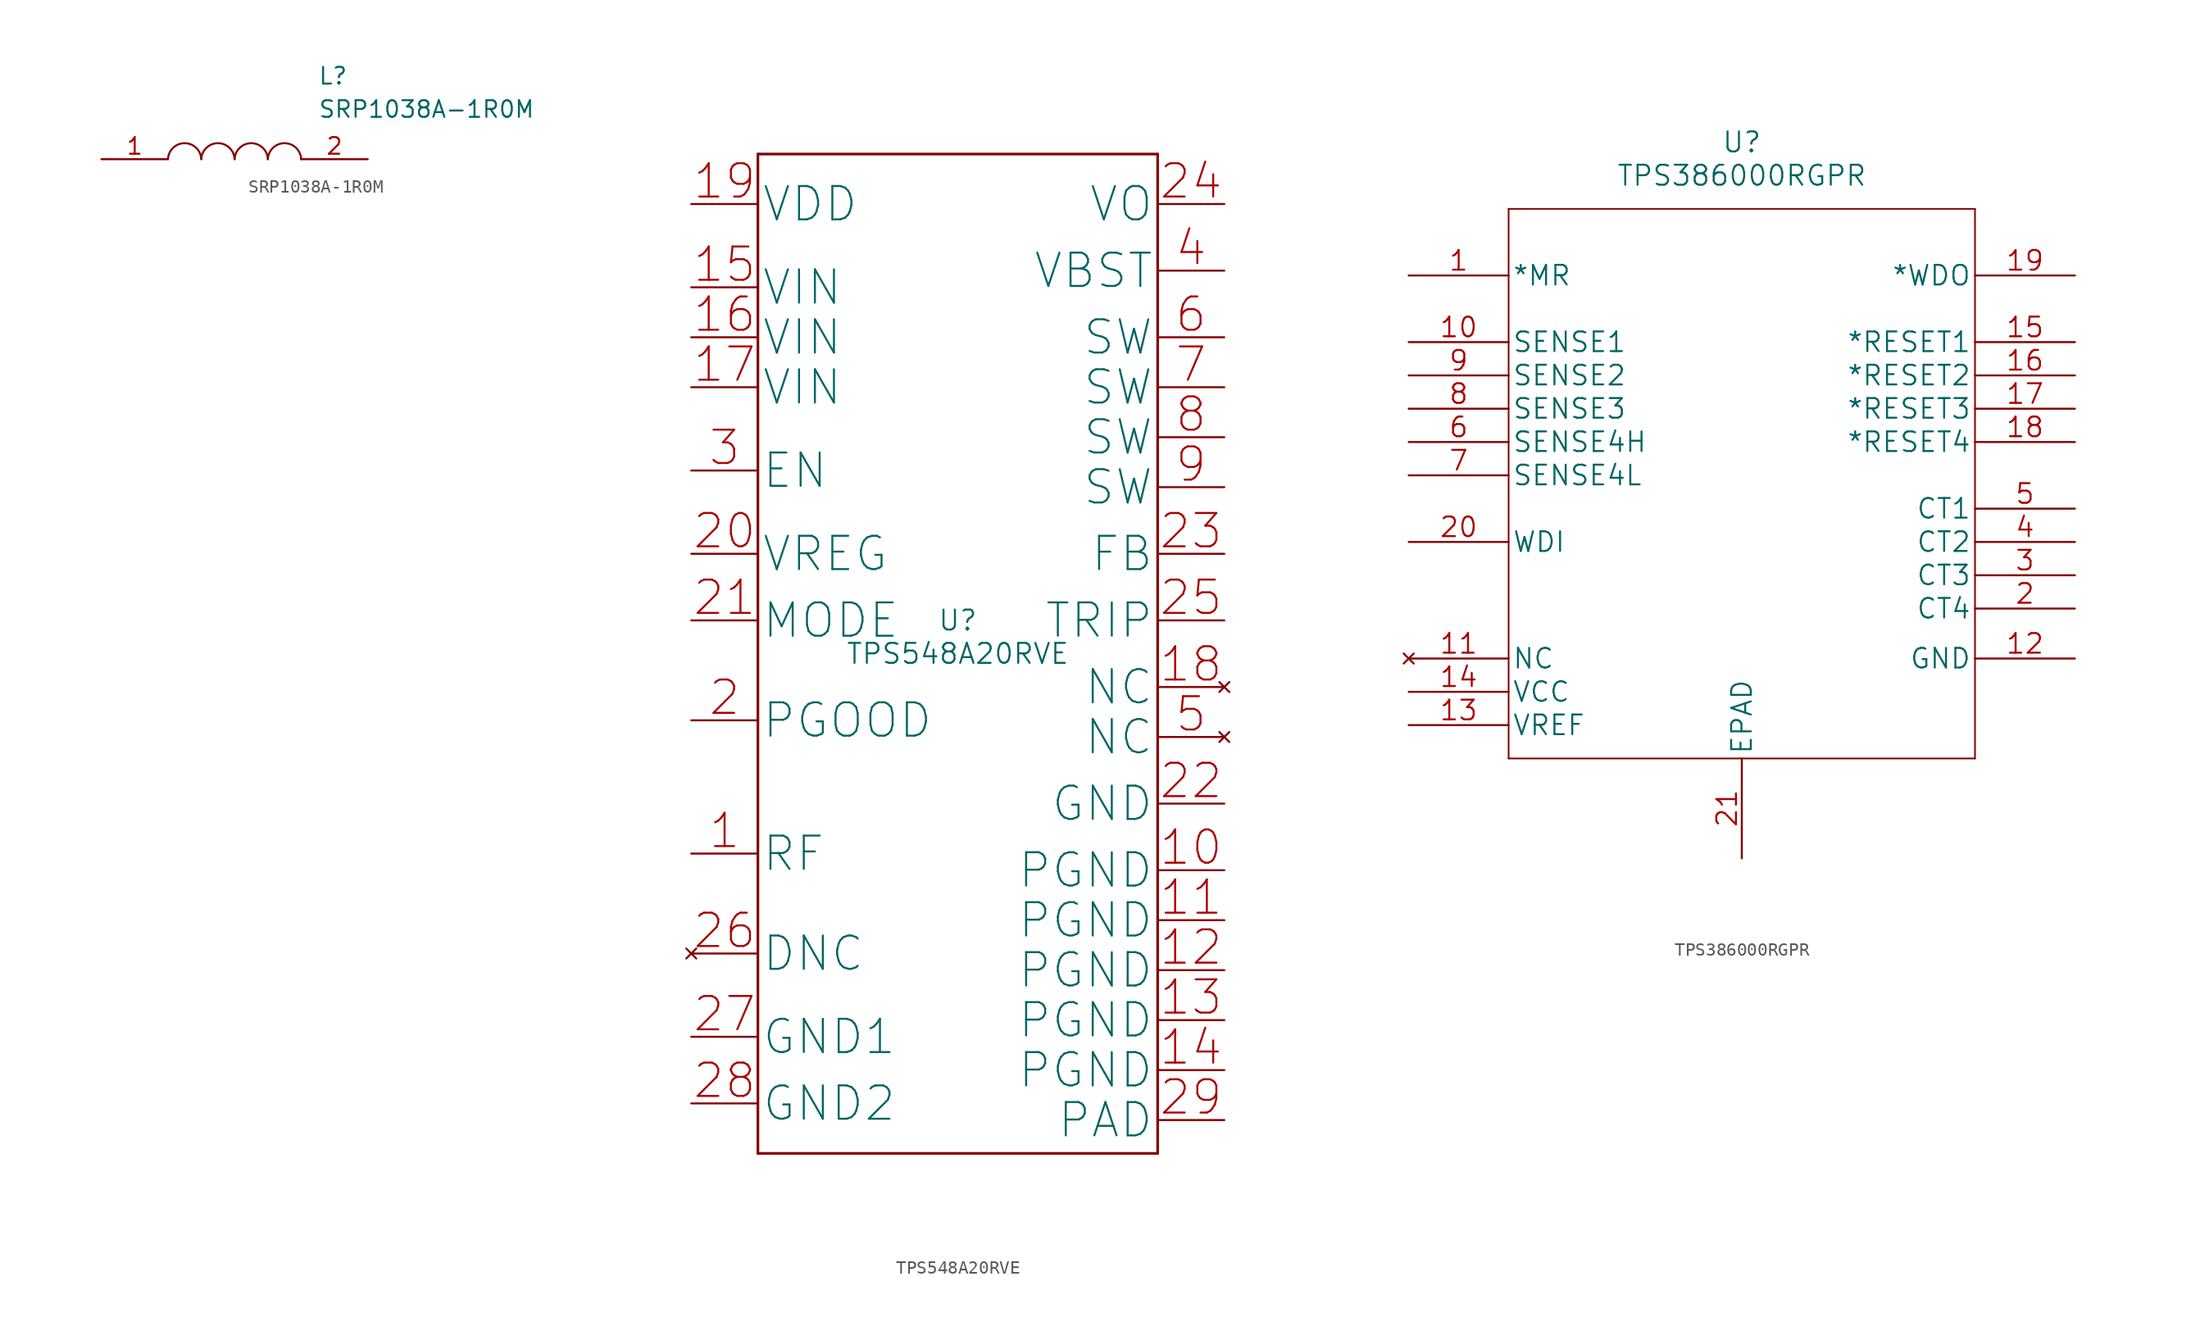
<source format=kicad_sym>
(kicad_symbol_lib
  (version 20200126)
  (host kicad_symbol_editor "5.99.0-unknown-1973153~101~ubuntu20.04.1")
  (symbol "L1Switch:SRP1038A-1R0M"
    (pin_names
      (offset 0.762))
    (property "Reference" "L"
      (at 16.51 6.35 0)
      (effects (font (size 1.27 1.27)) (justify left)))
    (property "Value" "SRP1038A-1R0M"
      (at 16.51 3.81 0)
      (effects (font (size 1.27 1.27)) (justify left)))
    (symbol "SRP1038A-1R0M_0_1"
      (arc (start 7.62 0) (end 5.08 0) (radius (at 6.35 -0.0508) (length 1.27) (angles 177.7 -2.3)) (stroke (width 0.1524)) (fill (type none)))
      (arc (start 10.16 0) (end 7.62 0) (radius (at 8.89 -0.0508) (length 1.27) (angles 177.7 -2.3)) (stroke (width 0.1524)) (fill (type none)))
      (arc (start 12.7 0) (end 10.16 0) (radius (at 11.43 -0.0508) (length 1.27) (angles 177.7 -2.3)) (stroke (width 0.1524)) (fill (type none)))
      (arc (start 15.24 0) (end 12.7 0) (radius (at 13.97 -0.0508) (length 1.27) (angles 177.7 -2.3)) (stroke (width 0.1524)) (fill (type none))))
    (symbol "SRP1038A-1R0M_0_0"
      (pin passive line (at 0 0 0) (length 5.08) (name "~" (effects (font (size 1.27 1.27)))) (number "1" (effects (font (size 1.27 1.27)))))
      (pin passive line (at 20.32 0 180) (length 5.08) (name "~" (effects (font (size 1.27 1.27)))) (number "2" (effects (font (size 1.27 1.27)))))))
  (symbol "L1Switch:TPS548A20RVE"
    (pin_names
      (offset 0.254))
    (property "Reference" "U"
      (at 0 2.54 0)
      (effects (font (size 1.524 1.524))))
    (property "Value" "TPS548A20RVE"
      (at 0 0 0)
      (effects (font (size 1.524 1.524))))
    (property "Datasheet" ""
      (at 0 0 0)
      (effects (font (size 1.524 1.524))))
    (symbol "TPS548A20RVE_0_0"
      (polyline (pts (xy -15.24 -38.1) (xy 15.24 -38.1)) (stroke (width 0.203)) (fill (type none)))
      (polyline (pts (xy -15.24 38.1) (xy -15.24 -38.1)) (stroke (width 0.203)) (fill (type none)))
      (polyline (pts (xy 15.24 -38.1) (xy 15.24 38.1)) (stroke (width 0.203)) (fill (type none)))
      (polyline (pts (xy 15.24 38.1) (xy -15.24 38.1)) (stroke (width 0.203)) (fill (type none))))
    (symbol "TPS548A20RVE_1_0"
      (pin input line (at -20.32 -15.24 0) (length 5.08) (name "RF" (effects (font (size 2.54 2.54)))) (number "1" (effects (font (size 2.54 2.54)))))
      (pin power_in line (at 20.32 -16.51 180) (length 5.08) (name "PGND" (effects (font (size 2.54 2.54)))) (number "10" (effects (font (size 2.54 2.54)))))
      (pin power_in line (at 20.32 -20.32 180) (length 5.08) (name "PGND" (effects (font (size 2.54 2.54)))) (number "11" (effects (font (size 2.54 2.54)))))
      (pin power_in line (at 20.32 -24.13 180) (length 5.08) (name "PGND" (effects (font (size 2.54 2.54)))) (number "12" (effects (font (size 2.54 2.54)))))
      (pin power_in line (at 20.32 -27.94 180) (length 5.08) (name "PGND" (effects (font (size 2.54 2.54)))) (number "13" (effects (font (size 2.54 2.54)))))
      (pin power_in line (at 20.32 -31.75 180) (length 5.08) (name "PGND" (effects (font (size 2.54 2.54)))) (number "14" (effects (font (size 2.54 2.54)))))
      (pin power_in line (at -20.32 27.94 0) (length 5.08) (name "VIN" (effects (font (size 2.54 2.54)))) (number "15" (effects (font (size 2.54 2.54)))))
      (pin power_in line (at -20.32 24.13 0) (length 5.08) (name "VIN" (effects (font (size 2.54 2.54)))) (number "16" (effects (font (size 2.54 2.54)))))
      (pin power_in line (at -20.32 20.32 0) (length 5.08) (name "VIN" (effects (font (size 2.54 2.54)))) (number "17" (effects (font (size 2.54 2.54)))))
      (pin unconnected line (at 20.32 -2.54 180) (length 5.08) (name "NC" (effects (font (size 2.54 2.54)))) (number "18" (effects (font (size 2.54 2.54)))))
      (pin power_in line (at -20.32 34.29 0) (length 5.08) (name "VDD" (effects (font (size 2.54 2.54)))) (number "19" (effects (font (size 2.54 2.54)))))
      (pin output line (at -20.32 -5.08 0) (length 5.08) (name "PGOOD" (effects (font (size 2.54 2.54)))) (number "2" (effects (font (size 2.54 2.54)))))
      (pin output line (at -20.32 7.62 0) (length 5.08) (name "VREG" (effects (font (size 2.54 2.54)))) (number "20" (effects (font (size 2.54 2.54)))))
      (pin input line (at -20.32 2.54 0) (length 5.08) (name "MODE" (effects (font (size 2.54 2.54)))) (number "21" (effects (font (size 2.54 2.54)))))
      (pin power_in line (at 20.32 -11.43 180) (length 5.08) (name "GND" (effects (font (size 2.54 2.54)))) (number "22" (effects (font (size 2.54 2.54)))))
      (pin input line (at 20.32 7.62 180) (length 5.08) (name "FB" (effects (font (size 2.54 2.54)))) (number "23" (effects (font (size 2.54 2.54)))))
      (pin input line (at 20.32 34.29 180) (length 5.08) (name "VO" (effects (font (size 2.54 2.54)))) (number "24" (effects (font (size 2.54 2.54)))))
      (pin bidirectional line (at 20.32 2.54 180) (length 5.08) (name "TRIP" (effects (font (size 2.54 2.54)))) (number "25" (effects (font (size 2.54 2.54)))))
      (pin unconnected line (at -20.32 -22.86 0) (length 5.08) (name "DNC" (effects (font (size 2.54 2.54)))) (number "26" (effects (font (size 2.54 2.54)))))
      (pin power_in line (at -20.32 -29.21 0) (length 5.08) (name "GND1" (effects (font (size 2.54 2.54)))) (number "27" (effects (font (size 2.54 2.54)))))
      (pin power_in line (at -20.32 -34.29 0) (length 5.08) (name "GND2" (effects (font (size 2.54 2.54)))) (number "28" (effects (font (size 2.54 2.54)))))
      (pin power_in line (at 20.32 -35.56 180) (length 5.08) (name "PAD" (effects (font (size 2.54 2.54)))) (number "29" (effects (font (size 2.54 2.54)))))
      (pin input line (at -20.32 13.97 0) (length 5.08) (name "EN" (effects (font (size 2.54 2.54)))) (number "3" (effects (font (size 2.54 2.54)))))
      (pin bidirectional line (at 20.32 29.21 180) (length 5.08) (name "VBST" (effects (font (size 2.54 2.54)))) (number "4" (effects (font (size 2.54 2.54)))))
      (pin unconnected line (at 20.32 -6.35 180) (length 5.08) (name "NC" (effects (font (size 2.54 2.54)))) (number "5" (effects (font (size 2.54 2.54)))))
      (pin bidirectional line (at 20.32 24.13 180) (length 5.08) (name "SW" (effects (font (size 2.54 2.54)))) (number "6" (effects (font (size 2.54 2.54)))))
      (pin bidirectional line (at 20.32 20.32 180) (length 5.08) (name "SW" (effects (font (size 2.54 2.54)))) (number "7" (effects (font (size 2.54 2.54)))))
      (pin bidirectional line (at 20.32 16.51 180) (length 5.08) (name "SW" (effects (font (size 2.54 2.54)))) (number "8" (effects (font (size 2.54 2.54)))))
      (pin bidirectional line (at 20.32 12.7 180) (length 5.08) (name "SW" (effects (font (size 2.54 2.54)))) (number "9" (effects (font (size 2.54 2.54)))))))
  (symbol "L1Switch:TPS386000RGPR"
    (pin_names
      (offset 0.254))
    (property "Reference" "U"
      (at 25.4 10.16 0)
      (effects (font (size 1.524 1.524))))
    (property "Value" "TPS386000RGPR"
      (at 25.4 7.62 0)
      (effects (font (size 1.524 1.524))))
    (property "Datasheet" ""
      (at 0 0 0)
      (effects (font (size 1.524 1.524))))
    (symbol "TPS386000RGPR_1_1"
      (polyline (pts (xy 7.62 5.08) (xy 7.62 -36.83)) (stroke (width 0.127)) (fill (type none)))
      (polyline (pts (xy 7.62 -36.83) (xy 43.18 -36.83)) (stroke (width 0.127)) (fill (type none)))
      (polyline (pts (xy 43.18 -36.83) (xy 43.18 5.08)) (stroke (width 0.127)) (fill (type none)))
      (polyline (pts (xy 43.18 5.08) (xy 7.62 5.08)) (stroke (width 0.127)) (fill (type none)))
      (pin bidirectional line (at 50.8 -25.4 180) (length 7.62) (name "CT4" (effects (font (size 1.499 1.499)))) (number "2" (effects (font (size 1.499 1.499)))))
      (pin bidirectional line (at 50.8 -22.86 180) (length 7.62) (name "CT3" (effects (font (size 1.499 1.499)))) (number "3" (effects (font (size 1.499 1.499)))))
      (pin bidirectional line (at 50.8 -20.32 180) (length 7.62) (name "CT2" (effects (font (size 1.499 1.499)))) (number "4" (effects (font (size 1.499 1.499)))))
      (pin bidirectional line (at 50.8 -17.78 180) (length 7.62) (name "CT1" (effects (font (size 1.499 1.499)))) (number "5" (effects (font (size 1.499 1.499)))))
      (pin input line (at 0 -12.7 0) (length 7.62) (name "SENSE4H" (effects (font (size 1.499 1.499)))) (number "6" (effects (font (size 1.499 1.499)))))
      (pin input line (at 0 -15.24 0) (length 7.62) (name "SENSE4L" (effects (font (size 1.499 1.499)))) (number "7" (effects (font (size 1.499 1.499)))))
      (pin input line (at 0 -10.16 0) (length 7.62) (name "SENSE3" (effects (font (size 1.499 1.499)))) (number "8" (effects (font (size 1.499 1.499)))))
      (pin input line (at 0 -7.62 0) (length 7.62) (name "SENSE2" (effects (font (size 1.499 1.499)))) (number "9" (effects (font (size 1.499 1.499)))))
      (pin output line (at 50.8 -5.08 180) (length 7.62) (name "*RESET1" (effects (font (size 1.499 1.499)))) (number "15" (effects (font (size 1.499 1.499)))))
      (pin output line (at 50.8 -7.62 180) (length 7.62) (name "*RESET2" (effects (font (size 1.499 1.499)))) (number "16" (effects (font (size 1.499 1.499)))))
      (pin output line (at 50.8 -10.16 180) (length 7.62) (name "*RESET3" (effects (font (size 1.499 1.499)))) (number "17" (effects (font (size 1.499 1.499)))))
      (pin output line (at 50.8 -12.7 180) (length 7.62) (name "*RESET4" (effects (font (size 1.499 1.499)))) (number "18" (effects (font (size 1.499 1.499)))))
      (pin output line (at 50.8 0 180) (length 7.62) (name "*WDO" (effects (font (size 1.499 1.499)))) (number "19" (effects (font (size 1.499 1.499)))))
      (pin input line (at 0 -20.32 0) (length 7.62) (name "WDI" (effects (font (size 1.499 1.499)))) (number "20" (effects (font (size 1.499 1.499)))))
      (pin power_in line (at 25.4 -44.45 90) (length 7.62) (name "EPAD" (effects (font (size 1.499 1.499)))) (number "21" (effects (font (size 1.499 1.499)))))
      (pin unconnected line (at 0 -29.21 0) (length 7.62) (name "NC" (effects (font (size 1.499 1.499)))) (number "11" (effects (font (size 1.499 1.499)))))
      (pin power_in line (at 50.8 -29.21 180) (length 7.62) (name "GND" (effects (font (size 1.499 1.499)))) (number "12" (effects (font (size 1.499 1.499)))))
      (pin power_out line (at 0 -34.29 0) (length 7.62) (name "VREF" (effects (font (size 1.499 1.499)))) (number "13" (effects (font (size 1.499 1.499)))))
      (pin power_in line (at 0 -31.75 0) (length 7.62) (name "VCC" (effects (font (size 1.499 1.499)))) (number "14" (effects (font (size 1.499 1.499)))))
      (pin input line (at 0 -5.08 0) (length 7.62) (name "SENSE1" (effects (font (size 1.499 1.499)))) (number "10" (effects (font (size 1.499 1.499)))))
      (pin input line (at 0 0 0) (length 7.62) (name "*MR" (effects (font (size 1.499 1.499)))) (number "1" (effects (font (size 1.499 1.499))))))))
</source>
